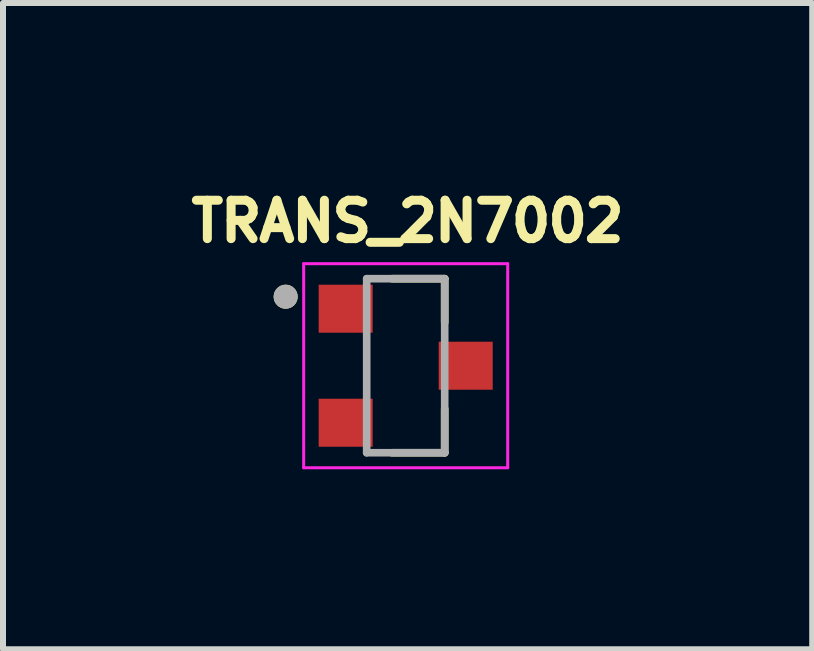
<source format=kicad_pcb>
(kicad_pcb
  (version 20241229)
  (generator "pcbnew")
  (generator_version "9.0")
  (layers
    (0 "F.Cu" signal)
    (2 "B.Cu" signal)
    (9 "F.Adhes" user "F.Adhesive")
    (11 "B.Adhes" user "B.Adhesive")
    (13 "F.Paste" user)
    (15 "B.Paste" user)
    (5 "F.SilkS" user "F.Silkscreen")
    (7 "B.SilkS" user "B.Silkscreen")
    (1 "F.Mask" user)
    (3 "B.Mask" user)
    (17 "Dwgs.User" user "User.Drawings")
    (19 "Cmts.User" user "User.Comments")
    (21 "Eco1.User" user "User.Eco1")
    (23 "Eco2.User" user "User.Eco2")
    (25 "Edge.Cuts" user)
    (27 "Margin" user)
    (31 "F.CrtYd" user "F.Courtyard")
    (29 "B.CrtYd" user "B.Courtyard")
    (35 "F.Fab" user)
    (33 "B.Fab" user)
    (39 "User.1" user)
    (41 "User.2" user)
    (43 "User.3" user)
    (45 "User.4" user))
  (footprint "TRANS_2N7002"
    (layer "F.Cu")
    (at 3.71 3.044)
    (property "Reference" "TRANS_2N7002" (at 0.032 -2.406 0) (layer "F.SilkS") (effects (font (size 0.64 0.64) (thickness 0.15))))
    (attr smd)
    (fp_line (start -0.23 1.45) (end 0.65 1.45) (stroke (width 0.127) (type solid)) (layer "F.SilkS"))
    (fp_line (start 0.65 -1.45) (end -0.23 -1.45) (stroke (width 0.127) (type solid)) (layer "F.SilkS"))
    (fp_line (start 0.65 -0.72) (end 0.65 -1.45) (stroke (width 0.127) (type solid)) (layer "F.SilkS"))
    (fp_line (start 0.65 1.45) (end 0.65 0.72) (stroke (width 0.127) (type solid)) (layer "F.SilkS"))
    (fp_circle (center -2 -1.15) (end -1.9 -1.15) (stroke (width 0.2) (type solid)) (fill no) (layer "F.SilkS"))
    (fp_line (start -1.7 -1.7) (end -1.7 1.7) (stroke (width 0.05) (type solid)) (layer "F.CrtYd"))
    (fp_line (start -1.7 1.7) (end 1.7 1.7) (stroke (width 0.05) (type solid)) (layer "F.CrtYd"))
    (fp_line (start 1.7 -1.7) (end -1.7 -1.7) (stroke (width 0.05) (type solid)) (layer "F.CrtYd"))
    (fp_line (start 1.7 1.7) (end 1.7 -1.7) (stroke (width 0.05) (type solid)) (layer "F.CrtYd"))
    (fp_line (start -0.65 -1.45) (end -0.65 1.45) (stroke (width 0.127) (type solid)) (layer "F.Fab"))
    (fp_line (start -0.65 1.45) (end 0.65 1.45) (stroke (width 0.127) (type solid)) (layer "F.Fab"))
    (fp_line (start 0.65 -1.45) (end -0.65 -1.45) (stroke (width 0.127) (type solid)) (layer "F.Fab"))
    (fp_line (start 0.65 1.45) (end 0.65 -1.45) (stroke (width 0.127) (type solid)) (layer "F.Fab"))
    (fp_circle (center -2 -1.15) (end -1.9 -1.15) (stroke (width 0.2) (type solid)) (fill no) (layer "F.Fab"))
    (pad "1" smd rect (at -1 -0.95) (size 0.9 0.8) (layers "F.Cu" "F.Mask" "F.Paste"))
    (pad "2" smd rect (at -1 0.95) (size 0.9 0.8) (layers "F.Cu" "F.Mask" "F.Paste"))
    (pad "3" smd rect (at 1 0) (size 0.9 0.8) (layers "F.Cu" "F.Mask" "F.Paste")))
  (gr_rect
    (start -3 -3)
    (end 10.484 7.769)
    (stroke (width 0.1) (type default))
    (fill no)
    (layer "Edge.Cuts")))
</source>
